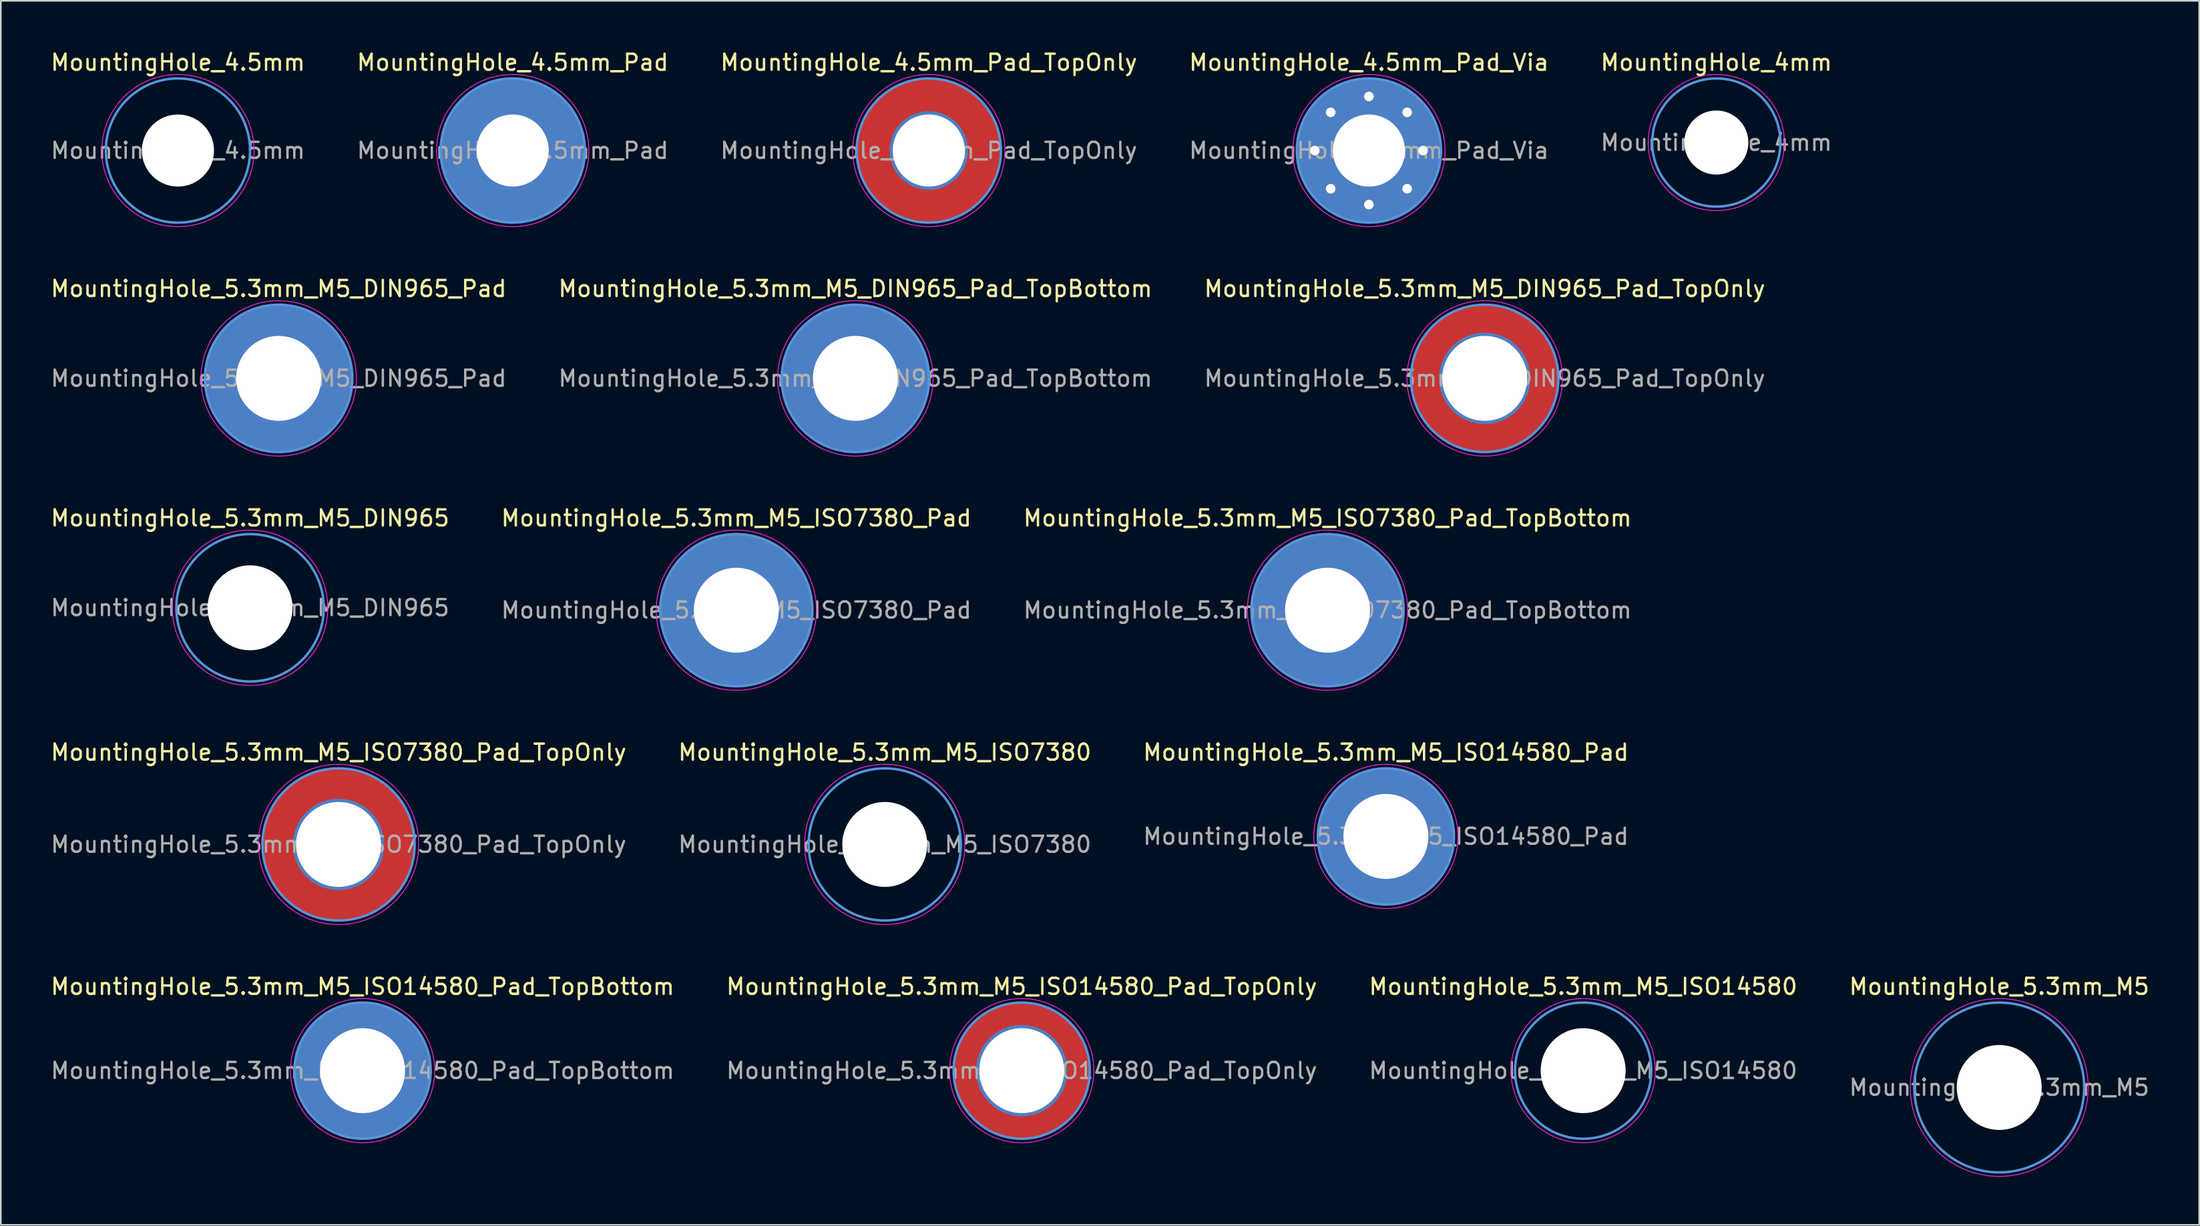
<source format=kicad_pcb>
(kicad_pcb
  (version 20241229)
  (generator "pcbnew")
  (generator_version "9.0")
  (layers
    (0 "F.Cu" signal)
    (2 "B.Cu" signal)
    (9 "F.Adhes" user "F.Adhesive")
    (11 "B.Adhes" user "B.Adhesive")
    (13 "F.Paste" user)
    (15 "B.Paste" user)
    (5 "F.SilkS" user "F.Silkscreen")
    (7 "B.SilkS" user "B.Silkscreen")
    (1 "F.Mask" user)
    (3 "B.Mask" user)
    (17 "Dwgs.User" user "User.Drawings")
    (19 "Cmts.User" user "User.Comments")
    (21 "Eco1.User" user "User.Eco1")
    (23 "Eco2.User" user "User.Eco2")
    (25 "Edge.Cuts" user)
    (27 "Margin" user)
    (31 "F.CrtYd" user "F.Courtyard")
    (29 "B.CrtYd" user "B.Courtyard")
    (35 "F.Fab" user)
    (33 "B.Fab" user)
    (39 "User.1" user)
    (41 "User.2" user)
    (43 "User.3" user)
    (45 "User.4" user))
  (footprint "MountingHole_5.3mm_M5_ISO7380_Pad_TopOnly"
    (layer "F.Cu")
    (at 18.077 49.668)
    (property "Reference" "MountingHole_5.3mm_M5_ISO7380_Pad_TopOnly" (at 0 -5.75 0) (layer "F.SilkS") (effects (font (size 1 1) (thickness 0.15))))
    (attr exclude_from_pos_files exclude_from_bom)
    (fp_circle (center 0 0) (end 4.75 0) (stroke (width 0.15) (type solid)) (fill no) (layer "Cmts.User"))
    (fp_circle (center 0 0) (end 5 0) (stroke (width 0.05) (type solid)) (fill no) (layer "F.CrtYd"))
    (fp_text user "${REFERENCE}" (at 0 0 0) (layer "F.Fab") (effects (font (size 1 1) (thickness 0.15))))
    (pad "1" thru_hole circle (at 0 0) (size 5.7 5.7) (drill 5.3) (layers "*.Cu" "*.Mask"))
    (pad "1" connect circle (at 0 0) (size 9.5 9.5) (layers "F.Cu" "F.Mask")))
  (footprint "MountingHole_5.3mm_M5_ISO14580_Pad_TopBottom"
    (layer "F.Cu")
    (at 19.577 63.791)
    (property "Reference" "MountingHole_5.3mm_M5_ISO14580_Pad_TopBottom" (at 0 -5.25 0) (layer "F.SilkS") (effects (font (size 1 1) (thickness 0.15))))
    (attr exclude_from_pos_files exclude_from_bom)
    (fp_circle (center 0 0) (end 4.25 0) (stroke (width 0.15) (type solid)) (fill no) (layer "Cmts.User"))
    (fp_circle (center 0 0) (end 4.5 0) (stroke (width 0.05) (type solid)) (fill no) (layer "F.CrtYd"))
    (fp_text user "${REFERENCE}" (at 0 0 0) (layer "F.Fab") (effects (font (size 1 1) (thickness 0.15))))
    (pad "1" thru_hole circle (at 0 0) (size 5.7 5.7) (drill 5.3) (layers "*.Cu" "*.Mask"))
    (pad "1" connect circle (at 0 0) (size 8.5 8.5) (layers "F.Cu" "F.Mask"))
    (pad "1" connect circle (at 0 0) (size 8.5 8.5) (layers "B.Cu" "B.Mask")))
  (footprint "MountingHole_5.3mm_M5_DIN965_Pad_TopBottom"
    (layer "F.Cu")
    (at 50.327 20.572)
    (property "Reference" "MountingHole_5.3mm_M5_DIN965_Pad_TopBottom" (at 0 -5.6 0) (layer "F.SilkS") (effects (font (size 1 1) (thickness 0.15))))
    (attr exclude_from_pos_files exclude_from_bom)
    (fp_circle (center 0 0) (end 4.6 0) (stroke (width 0.15) (type solid)) (fill no) (layer "Cmts.User"))
    (fp_circle (center 0 0) (end 4.85 0) (stroke (width 0.05) (type solid)) (fill no) (layer "F.CrtYd"))
    (fp_text user "${REFERENCE}" (at 0 0 0) (layer "F.Fab") (effects (font (size 1 1) (thickness 0.15))))
    (pad "1" thru_hole circle (at 0 0) (size 5.7 5.7) (drill 5.3) (layers "*.Cu" "*.Mask"))
    (pad "1" connect circle (at 0 0) (size 9.2 9.2) (layers "F.Cu" "F.Mask"))
    (pad "1" connect circle (at 0 0) (size 9.2 9.2) (layers "B.Cu" "B.Mask")))
  (footprint "MountingHole_4.5mm_Pad_TopOnly"
    (layer "F.Cu")
    (at 54.911 6.348)
    (property "Reference" "MountingHole_4.5mm_Pad_TopOnly" (at 0 -5.5 0) (layer "F.SilkS") (effects (font (size 1 1) (thickness 0.15))))
    (attr exclude_from_pos_files exclude_from_bom)
    (fp_circle (center 0 0) (end 4.5 0) (stroke (width 0.15) (type solid)) (fill no) (layer "Cmts.User"))
    (fp_circle (center 0 0) (end 4.75 0) (stroke (width 0.05) (type solid)) (fill no) (layer "F.CrtYd"))
    (fp_text user "${REFERENCE}" (at 0 0 0) (layer "F.Fab") (effects (font (size 1 1) (thickness 0.15))))
    (pad "1" thru_hole circle (at 0 0) (size 4.9 4.9) (drill 4.5) (layers "*.Cu" "*.Mask"))
    (pad "1" connect circle (at 0 0) (size 9 9) (layers "F.Cu" "F.Mask")))
  (footprint "MountingHole_5.3mm_M5_ISO7380_Pad"
    (layer "F.Cu")
    (at 42.899 35.045)
    (property "Reference" "MountingHole_5.3mm_M5_ISO7380_Pad" (at 0 -5.75 0) (layer "F.SilkS") (effects (font (size 1 1) (thickness 0.15))))
    (attr exclude_from_pos_files exclude_from_bom)
    (fp_circle (center 0 0) (end 4.75 0) (stroke (width 0.15) (type solid)) (fill no) (layer "Cmts.User"))
    (fp_circle (center 0 0) (end 5 0) (stroke (width 0.05) (type solid)) (fill no) (layer "F.CrtYd"))
    (fp_text user "${REFERENCE}" (at 0 0 0) (layer "F.Fab") (effects (font (size 1 1) (thickness 0.15))))
    (pad "1" thru_hole circle (at 0 0) (size 9.5 9.5) (drill 5.3) (layers "*.Cu" "*.Mask")))
  (footprint "MountingHole_5.3mm_M5_ISO7380_Pad_TopBottom"
    (layer "F.Cu")
    (at 79.792 35.045)
    (property "Reference" "MountingHole_5.3mm_M5_ISO7380_Pad_TopBottom" (at 0 -5.75 0) (layer "F.SilkS") (effects (font (size 1 1) (thickness 0.15))))
    (attr exclude_from_pos_files exclude_from_bom)
    (fp_circle (center 0 0) (end 4.75 0) (stroke (width 0.15) (type solid)) (fill no) (layer "Cmts.User"))
    (fp_circle (center 0 0) (end 5 0) (stroke (width 0.05) (type solid)) (fill no) (layer "F.CrtYd"))
    (fp_text user "${REFERENCE}" (at 0 0 0) (layer "F.Fab") (effects (font (size 1 1) (thickness 0.15))))
    (pad "1" thru_hole circle (at 0 0) (size 5.7 5.7) (drill 5.3) (layers "*.Cu" "*.Mask"))
    (pad "1" connect circle (at 0 0) (size 9.5 9.5) (layers "F.Cu" "F.Mask"))
    (pad "1" connect circle (at 0 0) (size 9.5 9.5) (layers "B.Cu" "B.Mask")))
  (footprint "MountingHole_5.3mm_M5_DIN965_Pad"
    (layer "F.Cu")
    (at 14.339 20.572)
    (property "Reference" "MountingHole_5.3mm_M5_DIN965_Pad" (at 0 -5.6 0) (layer "F.SilkS") (effects (font (size 1 1) (thickness 0.15))))
    (attr exclude_from_pos_files exclude_from_bom)
    (fp_circle (center 0 0) (end 4.6 0) (stroke (width 0.15) (type solid)) (fill no) (layer "Cmts.User"))
    (fp_circle (center 0 0) (end 4.85 0) (stroke (width 0.05) (type solid)) (fill no) (layer "F.CrtYd"))
    (fp_text user "${REFERENCE}" (at 0 0 0) (layer "F.Fab") (effects (font (size 1 1) (thickness 0.15))))
    (pad "1" thru_hole circle (at 0 0) (size 9.2 9.2) (drill 5.3) (layers "*.Cu" "*.Mask")))
  (footprint "MountingHole_4mm"
    (layer "F.Cu")
    (at 104.054 5.848)
    (property "Reference" "MountingHole_4mm" (at 0 -5 0) (layer "F.SilkS") (effects (font (size 1 1) (thickness 0.15))))
    (attr exclude_from_pos_files exclude_from_bom)
    (fp_circle (center 0 0) (end 4 0) (stroke (width 0.15) (type solid)) (fill no) (layer "Cmts.User"))
    (fp_circle (center 0 0) (end 4.25 0) (stroke (width 0.05) (type solid)) (fill no) (layer "F.CrtYd"))
    (fp_text user "${REFERENCE}" (at 0 0 0) (layer "F.Fab") (effects (font (size 1 1) (thickness 0.15))))
    (pad "" np_thru_hole circle (at 0 0) (size 4 4) (drill 4) (layers "*.Cu" "*.Mask")))
  (footprint "MountingHole_5.3mm_M5_ISO14580_Pad_TopOnly"
    (layer "F.Cu")
    (at 60.708 63.791)
    (property "Reference" "MountingHole_5.3mm_M5_ISO14580_Pad_TopOnly" (at 0 -5.25 0) (layer "F.SilkS") (effects (font (size 1 1) (thickness 0.15))))
    (attr exclude_from_pos_files exclude_from_bom)
    (fp_circle (center 0 0) (end 4.25 0) (stroke (width 0.15) (type solid)) (fill no) (layer "Cmts.User"))
    (fp_circle (center 0 0) (end 4.5 0) (stroke (width 0.05) (type solid)) (fill no) (layer "F.CrtYd"))
    (fp_text user "${REFERENCE}" (at 0 0 0) (layer "F.Fab") (effects (font (size 1 1) (thickness 0.15))))
    (pad "1" thru_hole circle (at 0 0) (size 5.7 5.7) (drill 5.3) (layers "*.Cu" "*.Mask"))
    (pad "1" connect circle (at 0 0) (size 8.5 8.5) (layers "F.Cu" "F.Mask")))
  (footprint "MountingHole_4.5mm_Pad"
    (layer "F.Cu")
    (at 28.946 6.348)
    (property "Reference" "MountingHole_4.5mm_Pad" (at 0 -5.5 0) (layer "F.SilkS") (effects (font (size 1 1) (thickness 0.15))))
    (attr exclude_from_pos_files exclude_from_bom)
    (fp_circle (center 0 0) (end 4.5 0) (stroke (width 0.15) (type solid)) (fill no) (layer "Cmts.User"))
    (fp_circle (center 0 0) (end 4.75 0) (stroke (width 0.05) (type solid)) (fill no) (layer "F.CrtYd"))
    (fp_text user "${REFERENCE}" (at 0 0 0) (layer "F.Fab") (effects (font (size 1 1) (thickness 0.15))))
    (pad "1" thru_hole circle (at 0 0) (size 9 9) (drill 4.5) (layers "*.Cu" "*.Mask")))
  (footprint "MountingHole_5.3mm_M5_DIN965"
    (layer "F.Cu")
    (at 12.554 34.895)
    (property "Reference" "MountingHole_5.3mm_M5_DIN965" (at 0 -5.6 0) (layer "F.SilkS") (effects (font (size 1 1) (thickness 0.15))))
    (attr exclude_from_pos_files exclude_from_bom)
    (fp_circle (center 0 0) (end 4.6 0) (stroke (width 0.15) (type solid)) (fill no) (layer "Cmts.User"))
    (fp_circle (center 0 0) (end 4.85 0) (stroke (width 0.05) (type solid)) (fill no) (layer "F.CrtYd"))
    (fp_text user "${REFERENCE}" (at 0 0 0) (layer "F.Fab") (effects (font (size 1 1) (thickness 0.15))))
    (pad "" np_thru_hole circle (at 0 0) (size 5.3 5.3) (drill 5.3) (layers "*.Cu" "*.Mask")))
  (footprint "MountingHole_5.3mm_M5_DIN965_Pad_TopOnly"
    (layer "F.Cu")
    (at 89.601 20.572)
    (property "Reference" "MountingHole_5.3mm_M5_DIN965_Pad_TopOnly" (at 0 -5.6 0) (layer "F.SilkS") (effects (font (size 1 1) (thickness 0.15))))
    (attr exclude_from_pos_files exclude_from_bom)
    (fp_circle (center 0 0) (end 4.6 0) (stroke (width 0.15) (type solid)) (fill no) (layer "Cmts.User"))
    (fp_circle (center 0 0) (end 4.85 0) (stroke (width 0.05) (type solid)) (fill no) (layer "F.CrtYd"))
    (fp_text user "${REFERENCE}" (at 0 0 0) (layer "F.Fab") (effects (font (size 1 1) (thickness 0.15))))
    (pad "1" thru_hole circle (at 0 0) (size 5.7 5.7) (drill 5.3) (layers "*.Cu" "*.Mask"))
    (pad "1" connect circle (at 0 0) (size 9.2 9.2) (layers "F.Cu" "F.Mask")))
  (footprint "MountingHole_5.3mm_M5_ISO14580"
    (layer "F.Cu")
    (at 95.744 63.791)
    (property "Reference" "MountingHole_5.3mm_M5_ISO14580" (at 0 -5.25 0) (layer "F.SilkS") (effects (font (size 1 1) (thickness 0.15))))
    (attr exclude_from_pos_files exclude_from_bom)
    (fp_circle (center 0 0) (end 4.25 0) (stroke (width 0.15) (type solid)) (fill no) (layer "Cmts.User"))
    (fp_circle (center 0 0) (end 4.5 0) (stroke (width 0.05) (type solid)) (fill no) (layer "F.CrtYd"))
    (fp_text user "${REFERENCE}" (at 0 0 0) (layer "F.Fab") (effects (font (size 1 1) (thickness 0.15))))
    (pad "" np_thru_hole circle (at 0 0) (size 5.3 5.3) (drill 5.3) (layers "*.Cu" "*.Mask")))
  (footprint "MountingHole_5.3mm_M5"
    (layer "F.Cu")
    (at 121.708 64.841)
    (property "Reference" "MountingHole_5.3mm_M5" (at 0 -6.3 0) (layer "F.SilkS") (effects (font (size 1 1) (thickness 0.15))))
    (attr exclude_from_pos_files exclude_from_bom)
    (fp_circle (center 0 0) (end 5.3 0) (stroke (width 0.15) (type solid)) (fill no) (layer "Cmts.User"))
    (fp_circle (center 0 0) (end 5.55 0) (stroke (width 0.05) (type solid)) (fill no) (layer "F.CrtYd"))
    (fp_text user "${REFERENCE}" (at 0 0 0) (layer "F.Fab") (effects (font (size 1 1) (thickness 0.15))))
    (pad "" np_thru_hole circle (at 0 0) (size 5.3 5.3) (drill 5.3) (layers "*.Cu" "*.Mask")))
  (footprint "MountingHole_5.3mm_M5_ISO7380"
    (layer "F.Cu")
    (at 52.161 49.668)
    (property "Reference" "MountingHole_5.3mm_M5_ISO7380" (at 0 -5.75 0) (layer "F.SilkS") (effects (font (size 1 1) (thickness 0.15))))
    (attr exclude_from_pos_files exclude_from_bom)
    (fp_circle (center 0 0) (end 4.75 0) (stroke (width 0.15) (type solid)) (fill no) (layer "Cmts.User"))
    (fp_circle (center 0 0) (end 5 0) (stroke (width 0.05) (type solid)) (fill no) (layer "F.CrtYd"))
    (fp_text user "${REFERENCE}" (at 0 0 0) (layer "F.Fab") (effects (font (size 1 1) (thickness 0.15))))
    (pad "" np_thru_hole circle (at 0 0) (size 5.3 5.3) (drill 5.3) (layers "*.Cu" "*.Mask")))
  (footprint "MountingHole_5.3mm_M5_ISO14580_Pad"
    (layer "F.Cu")
    (at 83.435 49.168)
    (property "Reference" "MountingHole_5.3mm_M5_ISO14580_Pad" (at 0 -5.25 0) (layer "F.SilkS") (effects (font (size 1 1) (thickness 0.15))))
    (attr exclude_from_pos_files exclude_from_bom)
    (fp_circle (center 0 0) (end 4.25 0) (stroke (width 0.15) (type solid)) (fill no) (layer "Cmts.User"))
    (fp_circle (center 0 0) (end 4.5 0) (stroke (width 0.05) (type solid)) (fill no) (layer "F.CrtYd"))
    (fp_text user "${REFERENCE}" (at 0 0 0) (layer "F.Fab") (effects (font (size 1 1) (thickness 0.15))))
    (pad "1" thru_hole circle (at 0 0) (size 8.5 8.5) (drill 5.3) (layers "*.Cu" "*.Mask")))
  (footprint "MountingHole_4.5mm_Pad_Via"
    (layer "F.Cu")
    (at 82.375 6.348)
    (property "Reference" "MountingHole_4.5mm_Pad_Via" (at 0 -5.5 0) (layer "F.SilkS") (effects (font (size 1 1) (thickness 0.15))))
    (attr exclude_from_pos_files exclude_from_bom)
    (fp_circle (center 0 0) (end 4.5 0) (stroke (width 0.15) (type solid)) (fill no) (layer "Cmts.User"))
    (fp_circle (center 0 0) (end 4.75 0) (stroke (width 0.05) (type solid)) (fill no) (layer "F.CrtYd"))
    (fp_text user "${REFERENCE}" (at 0 0 0) (layer "F.Fab") (effects (font (size 1 1) (thickness 0.15))))
    (pad "1" thru_hole circle (at -3.375 0) (size 0.9 0.9) (drill 0.6) (layers "*.Cu" "*.Mask"))
    (pad "1" thru_hole circle (at -2.386 -2.386) (size 0.9 0.9) (drill 0.6) (layers "*.Cu" "*.Mask"))
    (pad "1" thru_hole circle (at -2.386 2.386) (size 0.9 0.9) (drill 0.6) (layers "*.Cu" "*.Mask"))
    (pad "1" thru_hole circle (at 0 -3.375) (size 0.9 0.9) (drill 0.6) (layers "*.Cu" "*.Mask"))
    (pad "1" thru_hole circle (at 0 0) (size 9 9) (drill 4.5) (layers "*.Cu" "*.Mask"))
    (pad "1" thru_hole circle (at 0 3.375) (size 0.9 0.9) (drill 0.6) (layers "*.Cu" "*.Mask"))
    (pad "1" thru_hole circle (at 2.386 -2.386) (size 0.9 0.9) (drill 0.6) (layers "*.Cu" "*.Mask"))
    (pad "1" thru_hole circle (at 2.386 2.386) (size 0.9 0.9) (drill 0.6) (layers "*.Cu" "*.Mask"))
    (pad "1" thru_hole circle (at 3.375 0) (size 0.9 0.9) (drill 0.6) (layers "*.Cu" "*.Mask")))
  (footprint "MountingHole_4.5mm"
    (layer "F.Cu")
    (at 8.054 6.348)
    (property "Reference" "MountingHole_4.5mm" (at 0 -5.5 0) (layer "F.SilkS") (effects (font (size 1 1) (thickness 0.15))))
    (attr exclude_from_pos_files exclude_from_bom)
    (fp_circle (center 0 0) (end 4.5 0) (stroke (width 0.15) (type solid)) (fill no) (layer "Cmts.User"))
    (fp_circle (center 0 0) (end 4.75 0) (stroke (width 0.05) (type solid)) (fill no) (layer "F.CrtYd"))
    (fp_text user "${REFERENCE}" (at 0 0 0) (layer "F.Fab") (effects (font (size 1 1) (thickness 0.15))))
    (pad "" np_thru_hole circle (at 0 0) (size 4.5 4.5) (drill 4.5) (layers "*.Cu" "*.Mask")))
  (gr_rect
    (start -3 -3)
    (end 134.19 73.416)
    (stroke (width 0.1) (type default))
    (fill no)
    (layer "Edge.Cuts")))
</source>
